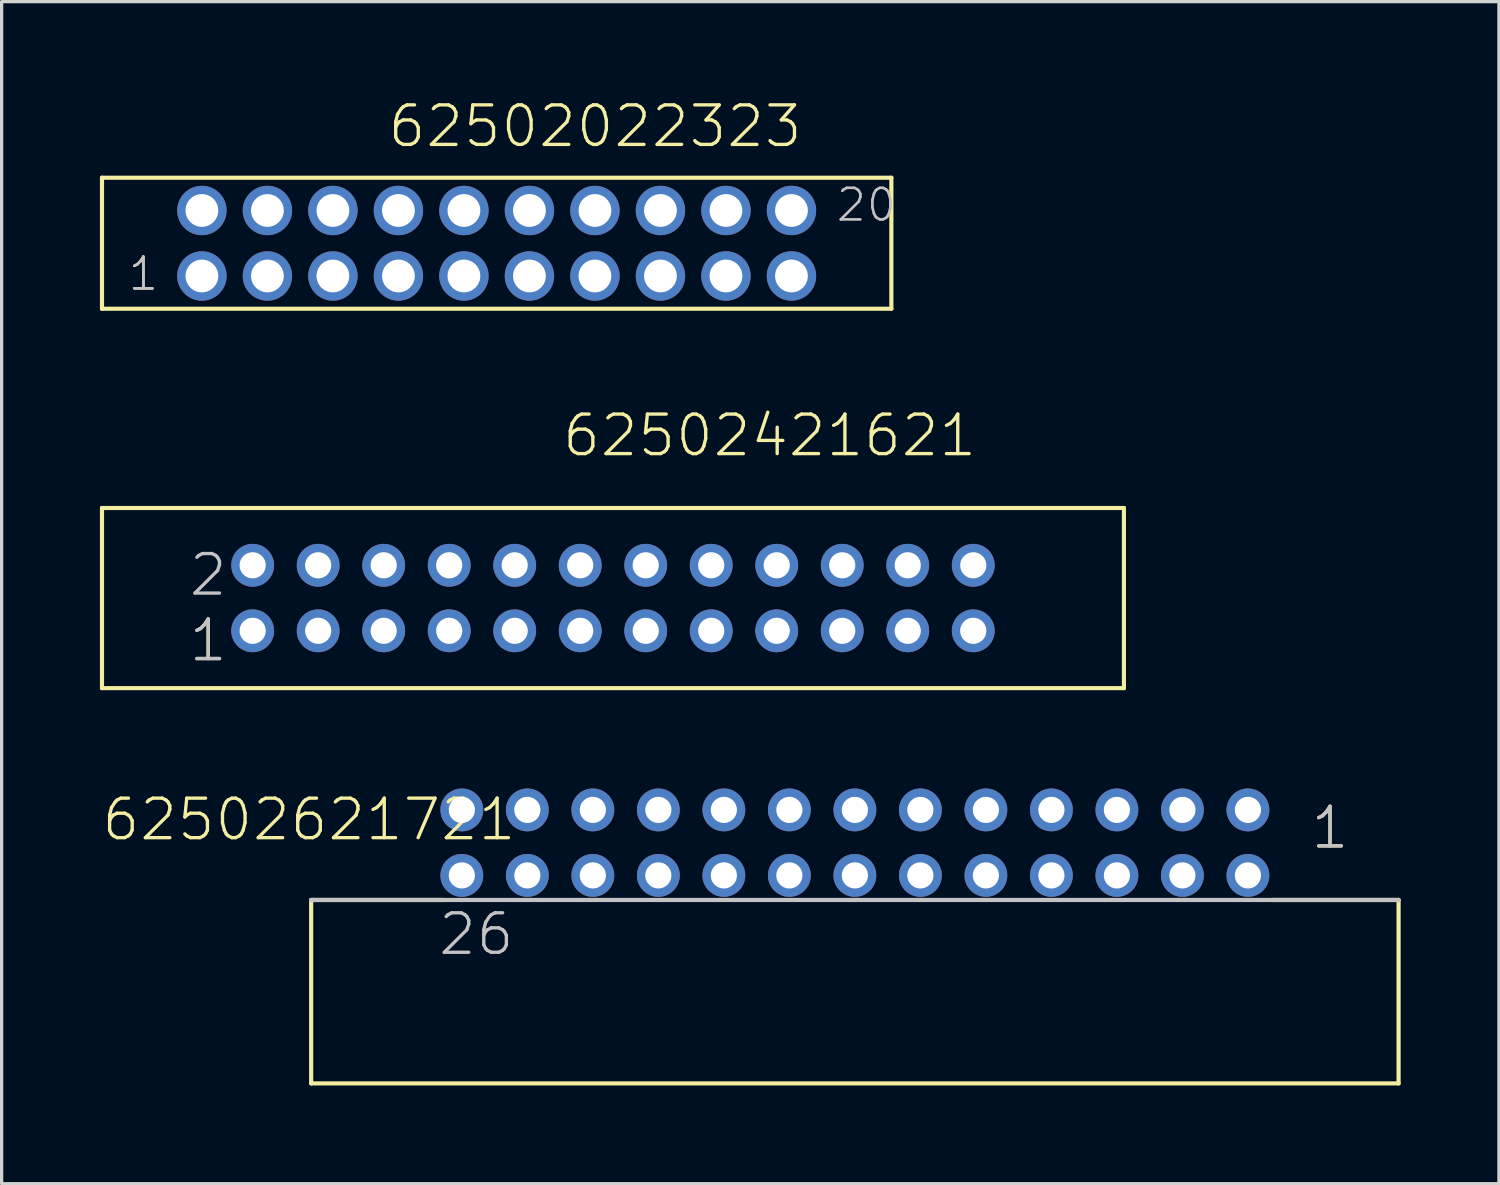
<source format=kicad_pcb>
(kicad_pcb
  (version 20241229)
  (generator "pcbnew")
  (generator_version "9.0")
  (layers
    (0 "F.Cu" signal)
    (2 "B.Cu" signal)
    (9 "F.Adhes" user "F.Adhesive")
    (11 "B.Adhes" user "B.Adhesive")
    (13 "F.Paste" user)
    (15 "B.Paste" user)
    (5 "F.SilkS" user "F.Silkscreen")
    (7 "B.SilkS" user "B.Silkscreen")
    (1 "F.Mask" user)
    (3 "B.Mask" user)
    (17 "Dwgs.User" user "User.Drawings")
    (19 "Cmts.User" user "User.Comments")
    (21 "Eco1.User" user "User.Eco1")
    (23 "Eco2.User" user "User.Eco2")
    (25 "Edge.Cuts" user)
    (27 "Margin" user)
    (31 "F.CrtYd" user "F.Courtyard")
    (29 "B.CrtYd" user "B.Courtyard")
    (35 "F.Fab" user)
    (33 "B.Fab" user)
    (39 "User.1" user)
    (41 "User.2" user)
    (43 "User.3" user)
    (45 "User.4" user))
  (footprint "62502621721"
    (layer "F.Cu")
    (at 23.05 22.677)
    (property "Reference" "62502621721" (at -23.05 0 0) (layer "F.SilkS") (effects (font (size 1.206 1.206) (thickness 0.102)) (justify left bottom)))
    (attr through_hole)
    (fp_line (start -16.6 1.75) (end -16.6 7.35) (stroke (width 0.127) (type solid)) (layer "F.SilkS"))
    (fp_line (start -16.6 7.35) (end 16.6 7.35) (stroke (width 0.127) (type solid)) (layer "F.SilkS"))
    (fp_line (start -12.55 1.75) (end -16.6 1.75) (stroke (width 0.127) (type solid)) (layer "F.SilkS"))
    (fp_line (start 12.75 1.75) (end 16.6 1.75) (stroke (width 0.127) (type solid)) (layer "F.SilkS"))
    (fp_line (start 16.6 7.35) (end 16.6 1.75) (stroke (width 0.127) (type solid)) (layer "F.SilkS"))
    (fp_line (start 16.6 1.75) (end -16.6 1.75) (stroke (width 0.127) (type solid)) (layer "Dwgs.User"))
    (fp_text user "1" (at 13.865 0.25 0) (layer "F.SilkS") (effects (font (size 1.206 1.206) (thickness 0.102)) (justify left bottom)))
    (fp_text user "1" (at 13.865 0.25 0) (layer "Dwgs.User") (effects (font (size 1.206 1.206) (thickness 0.102)) (justify left bottom)))
    (fp_text user "26" (at -12.775 3.5 0) (layer "Dwgs.User") (effects (font (size 1.206 1.206) (thickness 0.102)) (justify left bottom)))
    (pad "1" thru_hole circle (at 12 -1 180) (size 1.308 1.308) (drill 0.8) (layers "*.Cu" "*.Mask"))
    (pad "2" thru_hole circle (at 12 1 180) (size 1.308 1.308) (drill 0.8) (layers "*.Cu" "*.Mask"))
    (pad "3" thru_hole circle (at 10 -1 180) (size 1.308 1.308) (drill 0.8) (layers "*.Cu" "*.Mask"))
    (pad "4" thru_hole circle (at 10 1 180) (size 1.308 1.308) (drill 0.8) (layers "*.Cu" "*.Mask"))
    (pad "5" thru_hole circle (at 8 -1 180) (size 1.308 1.308) (drill 0.8) (layers "*.Cu" "*.Mask"))
    (pad "6" thru_hole circle (at 8 1 180) (size 1.308 1.308) (drill 0.8) (layers "*.Cu" "*.Mask"))
    (pad "7" thru_hole circle (at 6 -1 180) (size 1.308 1.308) (drill 0.8) (layers "*.Cu" "*.Mask"))
    (pad "8" thru_hole circle (at 6 1 180) (size 1.308 1.308) (drill 0.8) (layers "*.Cu" "*.Mask"))
    (pad "9" thru_hole circle (at 4 -1 180) (size 1.308 1.308) (drill 0.8) (layers "*.Cu" "*.Mask"))
    (pad "10" thru_hole circle (at 4 1 180) (size 1.308 1.308) (drill 0.8) (layers "*.Cu" "*.Mask"))
    (pad "11" thru_hole circle (at 2 -1 180) (size 1.308 1.308) (drill 0.8) (layers "*.Cu" "*.Mask"))
    (pad "12" thru_hole circle (at 2 1 180) (size 1.308 1.308) (drill 0.8) (layers "*.Cu" "*.Mask"))
    (pad "13" thru_hole circle (at 0 -1 180) (size 1.308 1.308) (drill 0.8) (layers "*.Cu" "*.Mask"))
    (pad "14" thru_hole circle (at 0 1 180) (size 1.308 1.308) (drill 0.8) (layers "*.Cu" "*.Mask"))
    (pad "15" thru_hole circle (at -2 -1 180) (size 1.308 1.308) (drill 0.8) (layers "*.Cu" "*.Mask"))
    (pad "16" thru_hole circle (at -2 1 180) (size 1.308 1.308) (drill 0.8) (layers "*.Cu" "*.Mask"))
    (pad "17" thru_hole circle (at -4 -1 180) (size 1.308 1.308) (drill 0.8) (layers "*.Cu" "*.Mask"))
    (pad "18" thru_hole circle (at -4 1 180) (size 1.308 1.308) (drill 0.8) (layers "*.Cu" "*.Mask"))
    (pad "19" thru_hole circle (at -6 -1 180) (size 1.308 1.308) (drill 0.8) (layers "*.Cu" "*.Mask"))
    (pad "20" thru_hole circle (at -6 1 180) (size 1.308 1.308) (drill 0.8) (layers "*.Cu" "*.Mask"))
    (pad "21" thru_hole circle (at -8 -1 180) (size 1.308 1.308) (drill 0.8) (layers "*.Cu" "*.Mask"))
    (pad "22" thru_hole circle (at -8 1 180) (size 1.308 1.308) (drill 0.8) (layers "*.Cu" "*.Mask"))
    (pad "23" thru_hole circle (at -10 -1 180) (size 1.308 1.308) (drill 0.8) (layers "*.Cu" "*.Mask"))
    (pad "24" thru_hole circle (at -10 1 180) (size 1.308 1.308) (drill 0.8) (layers "*.Cu" "*.Mask"))
    (pad "25" thru_hole circle (at -12 -1 180) (size 1.308 1.308) (drill 0.8) (layers "*.Cu" "*.Mask"))
    (pad "26" thru_hole circle (at -12 1 180) (size 1.308 1.308) (drill 0.8) (layers "*.Cu" "*.Mask")))
  (footprint "62502421621"
    (layer "F.Cu")
    (at 15.664 15.209)
    (property "Reference" "62502421621" (at -1.6 -4.258 0) (layer "F.SilkS") (effects (font (size 1.206 1.206) (thickness 0.102)) (justify left bottom)))
    (attr through_hole)
    (fp_line (start -15.6 -2.75) (end 15.6 -2.75) (stroke (width 0.127) (type solid)) (layer "F.SilkS"))
    (fp_line (start -15.6 2.75) (end -15.6 -2.75) (stroke (width 0.127) (type solid)) (layer "F.SilkS"))
    (fp_line (start 15.6 -2.75) (end 15.6 2.75) (stroke (width 0.127) (type solid)) (layer "F.SilkS"))
    (fp_line (start 15.6 2.75) (end -15.6 2.75) (stroke (width 0.127) (type solid)) (layer "F.SilkS"))
    (fp_text user "1" (at -13 2 0) (layer "F.SilkS") (effects (font (size 1.206 1.206) (thickness 0.102)) (justify left bottom)))
    (fp_text user "1" (at -13 2 0) (layer "Dwgs.User") (effects (font (size 1.206 1.206) (thickness 0.102)) (justify left bottom)))
    (fp_text user "2" (at -13 0 0) (layer "Dwgs.User") (effects (font (size 1.206 1.206) (thickness 0.102)) (justify left bottom)))
    (pad "1" thru_hole circle (at -11 1) (size 1.308 1.308) (drill 0.8) (layers "*.Cu" "*.Mask"))
    (pad "2" thru_hole circle (at -11 -1) (size 1.308 1.308) (drill 0.8) (layers "*.Cu" "*.Mask"))
    (pad "3" thru_hole circle (at -9 1) (size 1.308 1.308) (drill 0.8) (layers "*.Cu" "*.Mask"))
    (pad "4" thru_hole circle (at -9 -1) (size 1.308 1.308) (drill 0.8) (layers "*.Cu" "*.Mask"))
    (pad "5" thru_hole circle (at -7 1) (size 1.308 1.308) (drill 0.8) (layers "*.Cu" "*.Mask"))
    (pad "6" thru_hole circle (at -7 -1) (size 1.308 1.308) (drill 0.8) (layers "*.Cu" "*.Mask"))
    (pad "7" thru_hole circle (at -5 1) (size 1.308 1.308) (drill 0.8) (layers "*.Cu" "*.Mask"))
    (pad "8" thru_hole circle (at -5 -1) (size 1.308 1.308) (drill 0.8) (layers "*.Cu" "*.Mask"))
    (pad "9" thru_hole circle (at -3 1) (size 1.308 1.308) (drill 0.8) (layers "*.Cu" "*.Mask"))
    (pad "10" thru_hole circle (at -3 -1) (size 1.308 1.308) (drill 0.8) (layers "*.Cu" "*.Mask"))
    (pad "11" thru_hole circle (at -1 1) (size 1.308 1.308) (drill 0.8) (layers "*.Cu" "*.Mask"))
    (pad "12" thru_hole circle (at -1 -1) (size 1.308 1.308) (drill 0.8) (layers "*.Cu" "*.Mask"))
    (pad "13" thru_hole circle (at 1 1) (size 1.308 1.308) (drill 0.8) (layers "*.Cu" "*.Mask"))
    (pad "14" thru_hole circle (at 1 -1) (size 1.308 1.308) (drill 0.8) (layers "*.Cu" "*.Mask"))
    (pad "15" thru_hole circle (at 3 1) (size 1.308 1.308) (drill 0.8) (layers "*.Cu" "*.Mask"))
    (pad "16" thru_hole circle (at 3 -1) (size 1.308 1.308) (drill 0.8) (layers "*.Cu" "*.Mask"))
    (pad "17" thru_hole circle (at 5 1) (size 1.308 1.308) (drill 0.8) (layers "*.Cu" "*.Mask"))
    (pad "18" thru_hole circle (at 5 -1) (size 1.308 1.308) (drill 0.8) (layers "*.Cu" "*.Mask"))
    (pad "19" thru_hole circle (at 7 1) (size 1.308 1.308) (drill 0.8) (layers "*.Cu" "*.Mask"))
    (pad "20" thru_hole circle (at 7 -1) (size 1.308 1.308) (drill 0.8) (layers "*.Cu" "*.Mask"))
    (pad "21" thru_hole circle (at 9 1) (size 1.308 1.308) (drill 0.8) (layers "*.Cu" "*.Mask"))
    (pad "22" thru_hole circle (at 9 -1) (size 1.308 1.308) (drill 0.8) (layers "*.Cu" "*.Mask"))
    (pad "23" thru_hole circle (at 11 1) (size 1.308 1.308) (drill 0.8) (layers "*.Cu" "*.Mask"))
    (pad "24" thru_hole circle (at 11 -1) (size 1.308 1.308) (drill 0.8) (layers "*.Cu" "*.Mask")))
  (footprint "62502022323"
    (layer "F.Cu")
    (at 9.114 4.376)
    (property "Reference" "62502022323" (at -0.38 -2.865 0) (layer "F.SilkS") (effects (font (size 1.206 1.206) (thickness 0.102)) (justify left bottom)))
    (attr through_hole)
    (fp_line (start -9.05 -2) (end -9.05 2) (stroke (width 0.127) (type solid)) (layer "F.SilkS"))
    (fp_line (start -9.05 2) (end 15.05 2) (stroke (width 0.127) (type solid)) (layer "F.SilkS"))
    (fp_line (start 15.05 -2) (end -9.05 -2) (stroke (width 0.127) (type solid)) (layer "F.SilkS"))
    (fp_line (start 15.05 2) (end 15.05 -2) (stroke (width 0.127) (type solid)) (layer "F.SilkS"))
    (fp_text user "1" (at -8.3 1.5 0) (layer "F.SilkS") (effects (font (size 0.965 0.965) (thickness 0.081)) (justify left bottom)))
    (fp_text user "20" (at 13.315 -0.605 0) (layer "Dwgs.User") (effects (font (size 0.965 0.965) (thickness 0.081)) (justify left bottom)))
    (fp_text user "1" (at -8.3 1.5 0) (layer "Dwgs.User") (effects (font (size 0.965 0.965) (thickness 0.081)) (justify left bottom)))
    (pad "1" thru_hole circle (at -6 1) (size 1.508 1.508) (drill 1) (layers "*.Cu" "*.Mask"))
    (pad "2" thru_hole circle (at -6 -1) (size 1.508 1.508) (drill 1) (layers "*.Cu" "*.Mask"))
    (pad "3" thru_hole circle (at -4 1) (size 1.508 1.508) (drill 1) (layers "*.Cu" "*.Mask"))
    (pad "4" thru_hole circle (at -4 -1) (size 1.508 1.508) (drill 1) (layers "*.Cu" "*.Mask"))
    (pad "5" thru_hole circle (at -2 1) (size 1.508 1.508) (drill 1) (layers "*.Cu" "*.Mask"))
    (pad "6" thru_hole circle (at -2 -1) (size 1.508 1.508) (drill 1) (layers "*.Cu" "*.Mask"))
    (pad "7" thru_hole circle (at 0 1) (size 1.508 1.508) (drill 1) (layers "*.Cu" "*.Mask"))
    (pad "8" thru_hole circle (at 0 -1) (size 1.508 1.508) (drill 1) (layers "*.Cu" "*.Mask"))
    (pad "9" thru_hole circle (at 2 1) (size 1.508 1.508) (drill 1) (layers "*.Cu" "*.Mask"))
    (pad "10" thru_hole circle (at 2 -1) (size 1.508 1.508) (drill 1) (layers "*.Cu" "*.Mask"))
    (pad "11" thru_hole circle (at 4 1) (size 1.508 1.508) (drill 1) (layers "*.Cu" "*.Mask"))
    (pad "12" thru_hole circle (at 4 -1) (size 1.508 1.508) (drill 1) (layers "*.Cu" "*.Mask"))
    (pad "13" thru_hole circle (at 6 1) (size 1.508 1.508) (drill 1) (layers "*.Cu" "*.Mask"))
    (pad "14" thru_hole circle (at 6 -1) (size 1.508 1.508) (drill 1) (layers "*.Cu" "*.Mask"))
    (pad "15" thru_hole circle (at 8 1) (size 1.508 1.508) (drill 1) (layers "*.Cu" "*.Mask"))
    (pad "16" thru_hole circle (at 8 -1) (size 1.508 1.508) (drill 1) (layers "*.Cu" "*.Mask"))
    (pad "17" thru_hole circle (at 10 1) (size 1.508 1.508) (drill 1) (layers "*.Cu" "*.Mask"))
    (pad "18" thru_hole circle (at 10 -1) (size 1.508 1.508) (drill 1) (layers "*.Cu" "*.Mask"))
    (pad "19" thru_hole circle (at 12 1) (size 1.508 1.508) (drill 1) (layers "*.Cu" "*.Mask"))
    (pad "20" thru_hole circle (at 12 -1) (size 1.508 1.508) (drill 1) (layers "*.Cu" "*.Mask")))
  (gr_rect
    (start -3 -3)
    (end 42.714 33.09)
    (stroke (width 0.1) (type default))
    (fill no)
    (layer "Edge.Cuts")))
</source>
